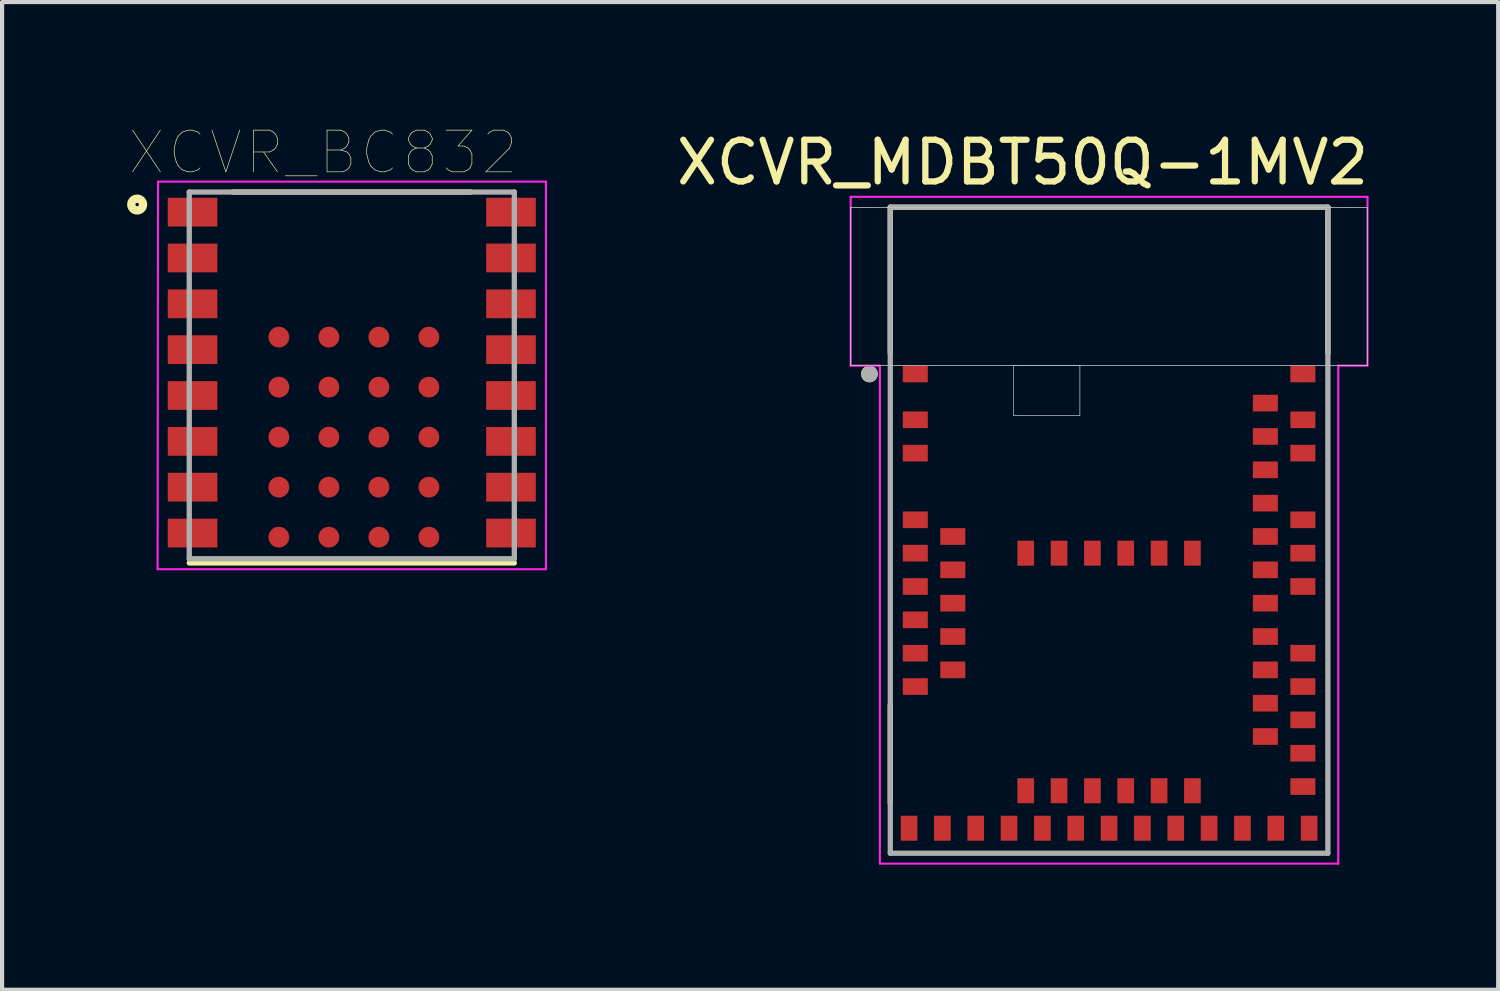
<source format=kicad_pcb>
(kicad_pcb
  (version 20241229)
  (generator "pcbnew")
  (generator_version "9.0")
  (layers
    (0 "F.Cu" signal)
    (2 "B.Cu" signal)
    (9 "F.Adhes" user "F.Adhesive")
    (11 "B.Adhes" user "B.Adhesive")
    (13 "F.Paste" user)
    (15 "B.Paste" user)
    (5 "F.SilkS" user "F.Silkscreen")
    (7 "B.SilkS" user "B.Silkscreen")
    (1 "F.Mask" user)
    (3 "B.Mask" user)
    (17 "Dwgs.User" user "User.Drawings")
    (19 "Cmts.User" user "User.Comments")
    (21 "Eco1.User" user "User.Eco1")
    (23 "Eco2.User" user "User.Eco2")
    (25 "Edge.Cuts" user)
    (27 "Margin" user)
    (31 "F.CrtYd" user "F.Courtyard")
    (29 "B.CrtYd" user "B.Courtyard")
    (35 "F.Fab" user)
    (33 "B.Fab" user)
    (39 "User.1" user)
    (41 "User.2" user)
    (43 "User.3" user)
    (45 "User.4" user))
  (footprint "XCVR_BC832"
    (layer "F.Cu")
    (at 5.391 5.958)
    (property "Reference" "XCVR_BC832" (at -0.689 -5.347 0) (layer "F.SilkS") (effects (font (size 1 1) (thickness 0.015))))
    (attr through_hole)
    (fp_line (start -3.9 4.5) (end 3.9 4.5) (stroke (width 0.127) (type solid)) (layer "F.SilkS"))
    (fp_line (start -2.85 -4.4) (end 2.85 -4.4) (stroke (width 0.127) (type solid)) (layer "F.SilkS"))
    (fp_circle (center -5.15 -4.1) (end -5.009 -4.1) (stroke (width 0.2) (type solid)) (fill no) (layer "F.SilkS"))
    (fp_poly (pts (xy -3.9 -4.4) (xy -3.9 -4.3) (xy -3.2 -4.3) (xy -3.2 -3.55) (xy -3.9 -3.55) (xy -3.9 -3.2) (xy -3.2 -3.2) (xy -3.2 -2.45) (xy -3.9 -2.45) (xy -3.9 -2.1) (xy -3.2 -2.1) (xy -3.2 -1.35) (xy -3.9 -1.35) (xy -3.9 -1.2) (xy 3.9 -1.2) (xy 3.9 -1.35) (xy 3.2 -1.35) (xy 3.2 -2.1) (xy 3.9 -2.1) (xy 3.9 -2.45) (xy 3.2 -2.45) (xy 3.2 -3.2) (xy 3.9 -3.2) (xy 3.9 -3.55) (xy 3.2 -3.55) (xy 3.2 -4.3) (xy 3.9 -4.3) (xy 3.9 -4.4)) (stroke (width 0.0001) (type solid)) (fill no) (layer "Dwgs.User"))
    (fp_poly (pts (xy -3.9 -4.4) (xy -3.9 -4.3) (xy -3.2 -4.3) (xy -3.2 -3.55) (xy -3.9 -3.55) (xy -3.9 -3.2) (xy -3.2 -3.2) (xy -3.2 -2.45) (xy -3.9 -2.45) (xy -3.9 -2.1) (xy -3.2 -2.1) (xy -3.2 -1.35) (xy -3.9 -1.35) (xy -3.9 -1.2) (xy 3.9 -1.2) (xy 3.9 -1.35) (xy 3.2 -1.35) (xy 3.2 -2.1) (xy 3.9 -2.1) (xy 3.9 -2.45) (xy 3.2 -2.45) (xy 3.2 -3.2) (xy 3.9 -3.2) (xy 3.9 -3.55) (xy 3.2 -3.55) (xy 3.2 -4.3) (xy 3.9 -4.3) (xy 3.9 -4.4)) (stroke (width 0.0001) (type solid)) (fill no) (layer "Dwgs.User"))
    (fp_poly (pts (xy -3.9 -4.4) (xy -3.9 -4.3) (xy -3.2 -4.3) (xy -3.2 -3.55) (xy -3.9 -3.55) (xy -3.9 -3.2) (xy -3.2 -3.2) (xy -3.2 -2.45) (xy -3.9 -2.45) (xy -3.9 -2.1) (xy -3.2 -2.1) (xy -3.2 -1.35) (xy -3.9 -1.35) (xy -3.9 -1.2) (xy 3.9 -1.2) (xy 3.9 -1.35) (xy 3.2 -1.35) (xy 3.2 -2.1) (xy 3.9 -2.1) (xy 3.9 -2.45) (xy 3.2 -2.45) (xy 3.2 -3.2) (xy 3.9 -3.2) (xy 3.9 -3.55) (xy 3.2 -3.55) (xy 3.2 -4.3) (xy 3.9 -4.3) (xy 3.9 -4.4)) (stroke (width 0.0001) (type solid)) (fill no) (layer "Dwgs.User"))
    (fp_line (start -4.66 4.65) (end -4.65 -4.65) (stroke (width 0.05) (type solid)) (layer "F.CrtYd"))
    (fp_line (start -4.65 -4.65) (end 4.66 -4.65) (stroke (width 0.05) (type solid)) (layer "F.CrtYd"))
    (fp_line (start 4.66 -4.65) (end 4.66 4.65) (stroke (width 0.05) (type solid)) (layer "F.CrtYd"))
    (fp_line (start 4.66 4.65) (end -4.66 4.65) (stroke (width 0.05) (type solid)) (layer "F.CrtYd"))
    (fp_line (start -3.9 -4.4) (end -3.9 4.4) (stroke (width 0.127) (type solid)) (layer "F.Fab"))
    (fp_line (start -3.9 -4.4) (end 3.9 -4.4) (stroke (width 0.127) (type solid)) (layer "F.Fab"))
    (fp_line (start 3.9 -4.4) (end 3.9 4.4) (stroke (width 0.127) (type solid)) (layer "F.Fab"))
    (fp_line (start 3.9 4.4) (end -3.9 4.4) (stroke (width 0.127) (type solid)) (layer "F.Fab"))
    (pad "1" smd rect (at -3.82 -3.918) (size 1.19 0.69) (layers "F.Cu" "F.Mask" "F.Paste"))
    (pad "2" smd rect (at -3.82 -2.818) (size 1.19 0.69) (layers "F.Cu" "F.Mask" "F.Paste"))
    (pad "3" smd rect (at -3.82 -1.718) (size 1.19 0.69) (layers "F.Cu" "F.Mask" "F.Paste"))
    (pad "4" smd rect (at -3.82 -0.618) (size 1.19 0.69) (layers "F.Cu" "F.Mask" "F.Paste"))
    (pad "5" smd rect (at -3.82 0.482) (size 1.19 0.69) (layers "F.Cu" "F.Mask" "F.Paste"))
    (pad "6" smd rect (at -3.82 1.582) (size 1.19 0.69) (layers "F.Cu" "F.Mask" "F.Paste"))
    (pad "7" smd rect (at -3.82 2.682) (size 1.19 0.69) (layers "F.Cu" "F.Mask" "F.Paste"))
    (pad "8" smd rect (at -3.82 3.782) (size 1.19 0.69) (layers "F.Cu" "F.Mask" "F.Paste"))
    (pad "9" smd rect (at 3.82 3.782) (size 1.19 0.69) (layers "F.Cu" "F.Mask" "F.Paste"))
    (pad "10" smd rect (at 3.82 2.682) (size 1.19 0.69) (layers "F.Cu" "F.Mask" "F.Paste"))
    (pad "11" smd rect (at 3.82 1.582) (size 1.19 0.69) (layers "F.Cu" "F.Mask" "F.Paste"))
    (pad "12" smd rect (at 3.82 0.482) (size 1.19 0.69) (layers "F.Cu" "F.Mask" "F.Paste"))
    (pad "13" smd rect (at 3.82 -0.618) (size 1.19 0.69) (layers "F.Cu" "F.Mask" "F.Paste"))
    (pad "14" smd rect (at 3.82 -1.718) (size 1.19 0.69) (layers "F.Cu" "F.Mask" "F.Paste"))
    (pad "15" smd rect (at 3.82 -2.818) (size 1.19 0.69) (layers "F.Cu" "F.Mask" "F.Paste"))
    (pad "16" smd rect (at 3.82 -3.918) (size 1.19 0.69) (layers "F.Cu" "F.Mask" "F.Paste"))
    (pad "A1" smd circle (at -1.75 -0.919) (size 0.5 0.5) (layers "F.Cu" "F.Mask" "F.Paste"))
    (pad "A2" smd circle (at -1.75 0.281) (size 0.5 0.5) (layers "F.Cu" "F.Mask" "F.Paste"))
    (pad "A3" smd circle (at -1.75 1.481) (size 0.5 0.5) (layers "F.Cu" "F.Mask" "F.Paste"))
    (pad "A4" smd circle (at -1.75 2.681) (size 0.5 0.5) (layers "F.Cu" "F.Mask" "F.Paste"))
    (pad "A5" smd circle (at -1.75 3.881) (size 0.5 0.5) (layers "F.Cu" "F.Mask" "F.Paste"))
    (pad "B1" smd circle (at -0.55 -0.919) (size 0.5 0.5) (layers "F.Cu" "F.Mask" "F.Paste"))
    (pad "B2" smd circle (at -0.55 0.281) (size 0.5 0.5) (layers "F.Cu" "F.Mask" "F.Paste"))
    (pad "B3" smd circle (at -0.55 1.481) (size 0.5 0.5) (layers "F.Cu" "F.Mask" "F.Paste"))
    (pad "B4" smd circle (at -0.55 2.681) (size 0.5 0.5) (layers "F.Cu" "F.Mask" "F.Paste"))
    (pad "B5" smd circle (at -0.55 3.881) (size 0.5 0.5) (layers "F.Cu" "F.Mask" "F.Paste"))
    (pad "C1" smd circle (at 0.65 -0.919) (size 0.5 0.5) (layers "F.Cu" "F.Mask" "F.Paste"))
    (pad "C2" smd circle (at 0.65 0.281) (size 0.5 0.5) (layers "F.Cu" "F.Mask" "F.Paste"))
    (pad "C3" smd circle (at 0.65 1.481) (size 0.5 0.5) (layers "F.Cu" "F.Mask" "F.Paste"))
    (pad "C4" smd circle (at 0.65 2.681) (size 0.5 0.5) (layers "F.Cu" "F.Mask" "F.Paste"))
    (pad "C5" smd circle (at 0.65 3.881) (size 0.5 0.5) (layers "F.Cu" "F.Mask" "F.Paste"))
    (pad "D1" smd circle (at 1.85 -0.919) (size 0.5 0.5) (layers "F.Cu" "F.Mask" "F.Paste"))
    (pad "D2" smd circle (at 1.85 0.281) (size 0.5 0.5) (layers "F.Cu" "F.Mask" "F.Paste"))
    (pad "D3" smd circle (at 1.85 1.481) (size 0.5 0.5) (layers "F.Cu" "F.Mask" "F.Paste"))
    (pad "D4" smd circle (at 1.85 2.681) (size 0.5 0.5) (layers "F.Cu" "F.Mask" "F.Paste"))
    (pad "D5" smd circle (at 1.85 3.881) (size 0.5 0.5) (layers "F.Cu" "F.Mask" "F.Paste")))
  (footprint "XCVR_MDBT50Q-1MV2"
    (layer "F.Cu")
    (at 23.562 9.673)
    (property "Reference" "XCVR_MDBT50Q-1MV2" (at -2.075 -8.825 0) (layer "F.SilkS") (effects (font (size 1 1) (thickness 0.15))))
    (attr through_hole)
    (fp_line (start -5.25 -7.75) (end 5.25 -7.75) (stroke (width 0.127) (type solid)) (layer "F.SilkS"))
    (fp_line (start -5.25 -4.25) (end -5.25 -7.75) (stroke (width 0.127) (type solid)) (layer "F.SilkS"))
    (fp_line (start -5.25 4.2) (end -5.25 6.55) (stroke (width 0.127) (type solid)) (layer "F.SilkS"))
    (fp_line (start 5.25 -7.75) (end 5.25 -4.25) (stroke (width 0.127) (type solid)) (layer "F.SilkS"))
    (fp_circle (center -5.75 -3.75) (end -5.65 -3.75) (stroke (width 0.2) (type solid)) (fill no) (layer "F.SilkS"))
    (fp_poly (pts (xy -6.2 -7.75) (xy 6.2 -7.75) (xy 6.2 -3.95) (xy -6.2 -3.95)) (stroke (width 0.01) (type solid)) (fill no) (layer "Dwgs.User"))
    (fp_poly (pts (xy -6.2 -7.75) (xy 6.2 -7.75) (xy 6.2 -3.95) (xy -6.2 -3.95)) (stroke (width 0.01) (type solid)) (fill no) (layer "Dwgs.User"))
    (fp_poly (pts (xy -6.2 -7.75) (xy 6.2 -7.75) (xy 6.2 -3.95) (xy -6.2 -3.95)) (stroke (width 0.01) (type solid)) (fill no) (layer "Dwgs.User"))
    (fp_poly (pts (xy -2.3 -3.95) (xy -0.7 -3.95) (xy -0.7 -2.75) (xy -2.3 -2.75)) (stroke (width 0.01) (type solid)) (fill no) (layer "Dwgs.User"))
    (fp_poly (pts (xy -2.3 -3.95) (xy -0.7 -3.95) (xy -0.7 -2.75) (xy -2.3 -2.75)) (stroke (width 0.01) (type solid)) (fill no) (layer "Dwgs.User"))
    (fp_line (start -6.2 -8) (end 6.2 -8) (stroke (width 0.05) (type solid)) (layer "F.CrtYd"))
    (fp_line (start -6.2 -3.95) (end -6.2 -8) (stroke (width 0.05) (type solid)) (layer "F.CrtYd"))
    (fp_line (start -5.5 -3.95) (end -6.2 -3.95) (stroke (width 0.05) (type solid)) (layer "F.CrtYd"))
    (fp_line (start -5.5 8) (end -5.5 -3.95) (stroke (width 0.05) (type solid)) (layer "F.CrtYd"))
    (fp_line (start 5.5 -3.95) (end 5.5 8) (stroke (width 0.05) (type solid)) (layer "F.CrtYd"))
    (fp_line (start 5.5 8) (end -5.5 8) (stroke (width 0.05) (type solid)) (layer "F.CrtYd"))
    (fp_line (start 6.2 -8) (end 6.2 -3.95) (stroke (width 0.05) (type solid)) (layer "F.CrtYd"))
    (fp_line (start 6.2 -3.95) (end 5.5 -3.95) (stroke (width 0.05) (type solid)) (layer "F.CrtYd"))
    (fp_line (start -5.25 -7.75) (end 5.25 -7.75) (stroke (width 0.127) (type solid)) (layer "F.Fab"))
    (fp_line (start -5.25 7.75) (end -5.25 -7.75) (stroke (width 0.127) (type solid)) (layer "F.Fab"))
    (fp_line (start 5.25 -7.75) (end 5.25 7.75) (stroke (width 0.127) (type solid)) (layer "F.Fab"))
    (fp_line (start 5.25 7.75) (end -5.25 7.75) (stroke (width 0.127) (type solid)) (layer "F.Fab"))
    (fp_circle (center -5.75 -3.75) (end -5.65 -3.75) (stroke (width 0.2) (type solid)) (fill no) (layer "F.Fab"))
    (pad "1" smd rect (at -4.65 -3.75) (size 0.6 0.4) (layers "F.Cu" "F.Mask" "F.Paste"))
    (pad "2" smd rect (at -4.65 -2.65) (size 0.6 0.4) (layers "F.Cu" "F.Mask" "F.Paste"))
    (pad "3" smd rect (at -4.65 -1.85) (size 0.6 0.4) (layers "F.Cu" "F.Mask" "F.Paste"))
    (pad "4" smd rect (at -4.65 -0.25) (size 0.6 0.4) (layers "F.Cu" "F.Mask" "F.Paste"))
    (pad "5" smd rect (at -3.75 0.15) (size 0.6 0.4) (layers "F.Cu" "F.Mask" "F.Paste"))
    (pad "6" smd rect (at -4.65 0.55) (size 0.6 0.4) (layers "F.Cu" "F.Mask" "F.Paste"))
    (pad "7" smd rect (at -3.75 0.95) (size 0.6 0.4) (layers "F.Cu" "F.Mask" "F.Paste"))
    (pad "8" smd rect (at -4.65 1.35) (size 0.6 0.4) (layers "F.Cu" "F.Mask" "F.Paste"))
    (pad "9" smd rect (at -3.75 1.75) (size 0.6 0.4) (layers "F.Cu" "F.Mask" "F.Paste"))
    (pad "10" smd rect (at -4.65 2.15) (size 0.6 0.4) (layers "F.Cu" "F.Mask" "F.Paste"))
    (pad "11" smd rect (at -3.75 2.55) (size 0.6 0.4) (layers "F.Cu" "F.Mask" "F.Paste"))
    (pad "12" smd rect (at -4.65 2.95) (size 0.6 0.4) (layers "F.Cu" "F.Mask" "F.Paste"))
    (pad "13" smd rect (at -3.75 3.35) (size 0.6 0.4) (layers "F.Cu" "F.Mask" "F.Paste"))
    (pad "14" smd rect (at -4.65 3.75) (size 0.6 0.4) (layers "F.Cu" "F.Mask" "F.Paste"))
    (pad "15" smd rect (at -4.8 7.15) (size 0.4 0.6) (layers "F.Cu" "F.Mask" "F.Paste"))
    (pad "16" smd rect (at -4 7.15) (size 0.4 0.6) (layers "F.Cu" "F.Mask" "F.Paste"))
    (pad "17" smd rect (at -3.2 7.15) (size 0.4 0.6) (layers "F.Cu" "F.Mask" "F.Paste"))
    (pad "18" smd rect (at -2.4 7.15) (size 0.4 0.6) (layers "F.Cu" "F.Mask" "F.Paste"))
    (pad "19" smd rect (at -2 6.25) (size 0.4 0.6) (layers "F.Cu" "F.Mask" "F.Paste"))
    (pad "20" smd rect (at -1.6 7.15) (size 0.4 0.6) (layers "F.Cu" "F.Mask" "F.Paste"))
    (pad "21" smd rect (at -1.2 6.25) (size 0.4 0.6) (layers "F.Cu" "F.Mask" "F.Paste"))
    (pad "22" smd rect (at -0.8 7.15) (size 0.4 0.6) (layers "F.Cu" "F.Mask" "F.Paste"))
    (pad "23" smd rect (at -0.4 6.25) (size 0.4 0.6) (layers "F.Cu" "F.Mask" "F.Paste"))
    (pad "24" smd rect (at 0 7.15) (size 0.4 0.6) (layers "F.Cu" "F.Mask" "F.Paste"))
    (pad "25" smd rect (at 0.4 6.25) (size 0.4 0.6) (layers "F.Cu" "F.Mask" "F.Paste"))
    (pad "26" smd rect (at 0.8 7.15) (size 0.4 0.6) (layers "F.Cu" "F.Mask" "F.Paste"))
    (pad "27" smd rect (at 1.2 6.25) (size 0.4 0.6) (layers "F.Cu" "F.Mask" "F.Paste"))
    (pad "28" smd rect (at 1.6 7.15) (size 0.4 0.6) (layers "F.Cu" "F.Mask" "F.Paste"))
    (pad "29" smd rect (at 2 6.25) (size 0.4 0.6) (layers "F.Cu" "F.Mask" "F.Paste"))
    (pad "30" smd rect (at 2.4 7.15) (size 0.4 0.6) (layers "F.Cu" "F.Mask" "F.Paste"))
    (pad "31" smd rect (at 3.2 7.15) (size 0.4 0.6) (layers "F.Cu" "F.Mask" "F.Paste"))
    (pad "32" smd rect (at 4 7.15) (size 0.4 0.6) (layers "F.Cu" "F.Mask" "F.Paste"))
    (pad "33" smd rect (at 4.8 7.15) (size 0.4 0.6) (layers "F.Cu" "F.Mask" "F.Paste"))
    (pad "34" smd rect (at 4.65 6.15) (size 0.6 0.4) (layers "F.Cu" "F.Mask" "F.Paste"))
    (pad "35" smd rect (at 4.65 5.35) (size 0.6 0.4) (layers "F.Cu" "F.Mask" "F.Paste"))
    (pad "36" smd rect (at 3.75 4.95) (size 0.6 0.4) (layers "F.Cu" "F.Mask" "F.Paste"))
    (pad "37" smd rect (at 4.65 4.55) (size 0.6 0.4) (layers "F.Cu" "F.Mask" "F.Paste"))
    (pad "38" smd rect (at 3.75 4.15) (size 0.6 0.4) (layers "F.Cu" "F.Mask" "F.Paste"))
    (pad "39" smd rect (at 4.65 3.75) (size 0.6 0.4) (layers "F.Cu" "F.Mask" "F.Paste"))
    (pad "40" smd rect (at 3.75 3.35) (size 0.6 0.4) (layers "F.Cu" "F.Mask" "F.Paste"))
    (pad "41" smd rect (at 4.65 2.95) (size 0.6 0.4) (layers "F.Cu" "F.Mask" "F.Paste"))
    (pad "42" smd rect (at 3.75 2.55) (size 0.6 0.4) (layers "F.Cu" "F.Mask" "F.Paste"))
    (pad "43" smd rect (at 3.75 1.75) (size 0.6 0.4) (layers "F.Cu" "F.Mask" "F.Paste"))
    (pad "44" smd rect (at 4.65 1.35) (size 0.6 0.4) (layers "F.Cu" "F.Mask" "F.Paste"))
    (pad "45" smd rect (at 3.75 0.95) (size 0.6 0.4) (layers "F.Cu" "F.Mask" "F.Paste"))
    (pad "46" smd rect (at 4.65 0.55) (size 0.6 0.4) (layers "F.Cu" "F.Mask" "F.Paste"))
    (pad "47" smd rect (at 3.75 0.15) (size 0.6 0.4) (layers "F.Cu" "F.Mask" "F.Paste"))
    (pad "48" smd rect (at 4.65 -0.25) (size 0.6 0.4) (layers "F.Cu" "F.Mask" "F.Paste"))
    (pad "49" smd rect (at 3.75 -0.65) (size 0.6 0.4) (layers "F.Cu" "F.Mask" "F.Paste"))
    (pad "50" smd rect (at 3.75 -1.45) (size 0.6 0.4) (layers "F.Cu" "F.Mask" "F.Paste"))
    (pad "51" smd rect (at 4.65 -1.85) (size 0.6 0.4) (layers "F.Cu" "F.Mask" "F.Paste"))
    (pad "52" smd rect (at 3.75 -2.25) (size 0.6 0.4) (layers "F.Cu" "F.Mask" "F.Paste"))
    (pad "53" smd rect (at 4.65 -2.65) (size 0.6 0.4) (layers "F.Cu" "F.Mask" "F.Paste"))
    (pad "54" smd rect (at 3.75 -3.05) (size 0.6 0.4) (layers "F.Cu" "F.Mask" "F.Paste"))
    (pad "55" smd rect (at 4.65 -3.75) (size 0.6 0.4) (layers "F.Cu" "F.Mask" "F.Paste"))
    (pad "56" smd rect (at -2 0.55) (size 0.4 0.6) (layers "F.Cu" "F.Mask" "F.Paste"))
    (pad "57" smd rect (at -1.2 0.55) (size 0.4 0.6) (layers "F.Cu" "F.Mask" "F.Paste"))
    (pad "58" smd rect (at -0.4 0.55) (size 0.4 0.6) (layers "F.Cu" "F.Mask" "F.Paste"))
    (pad "59" smd rect (at 0.4 0.55) (size 0.4 0.6) (layers "F.Cu" "F.Mask" "F.Paste"))
    (pad "60" smd rect (at 1.2 0.55) (size 0.4 0.6) (layers "F.Cu" "F.Mask" "F.Paste"))
    (pad "61" smd rect (at 2 0.55) (size 0.4 0.6) (layers "F.Cu" "F.Mask" "F.Paste")))
  (gr_rect
    (start -3 -3)
    (end 32.898 20.698)
    (stroke (width 0.1) (type default))
    (fill no)
    (layer "Edge.Cuts")))
</source>
